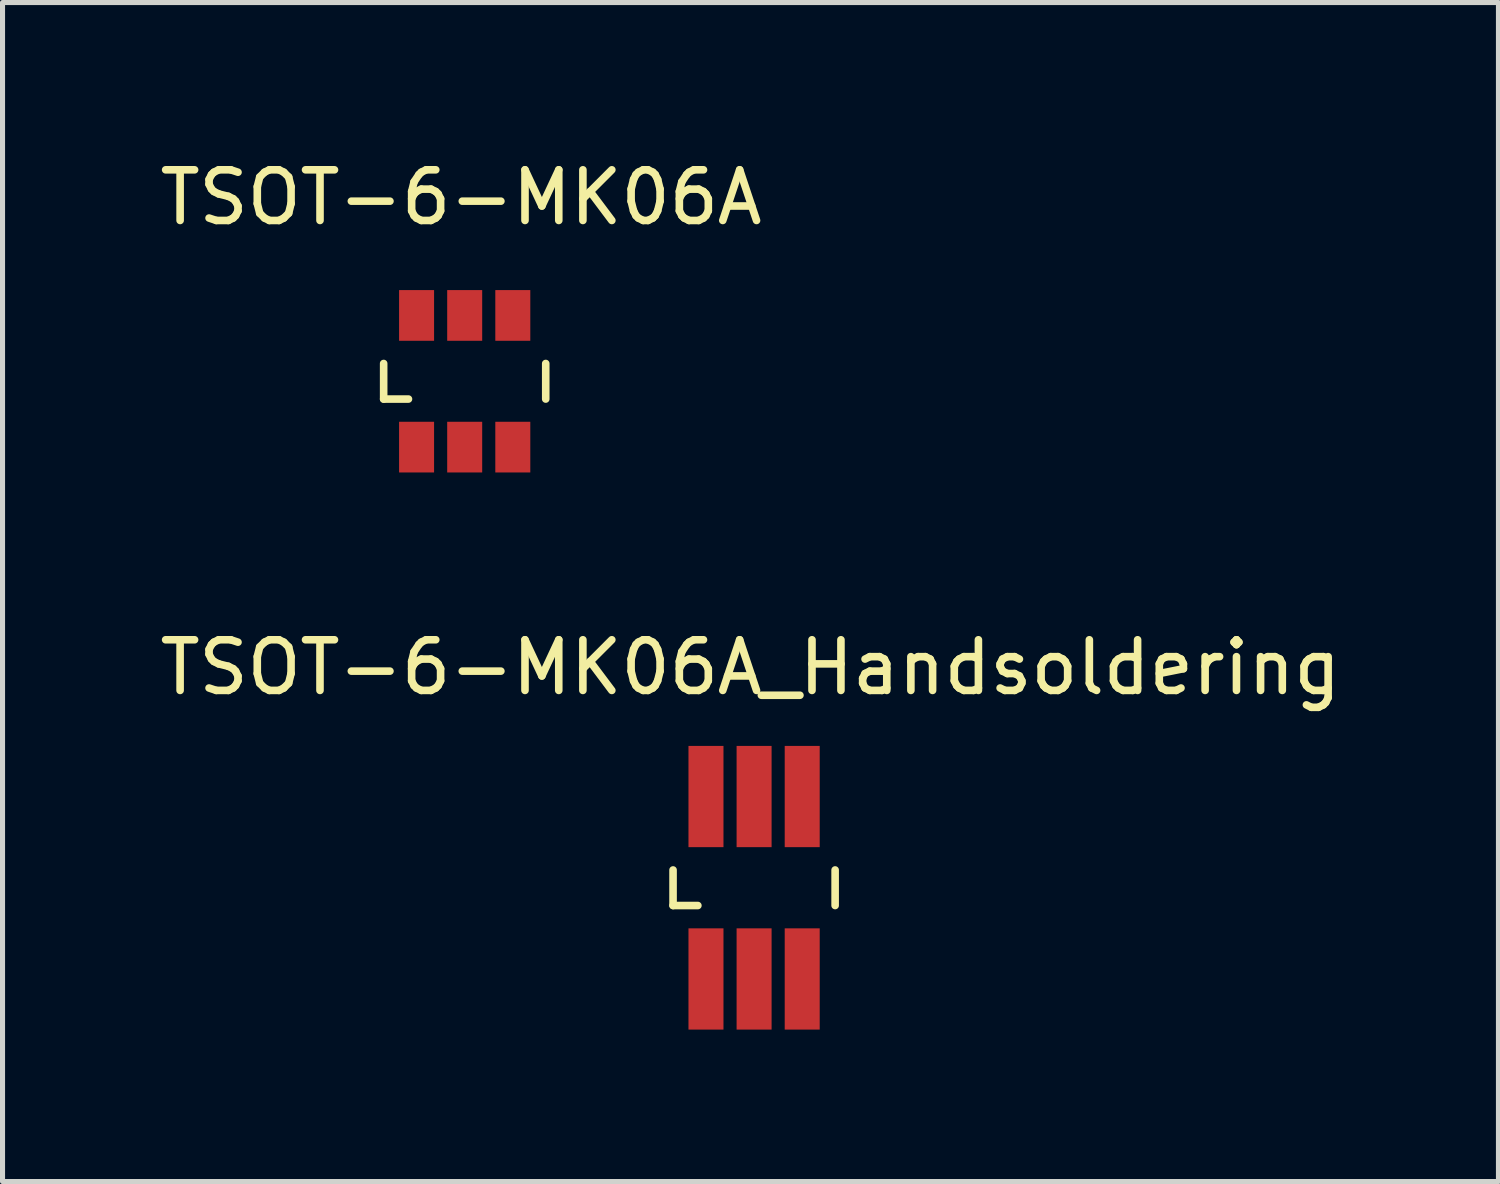
<source format=kicad_pcb>
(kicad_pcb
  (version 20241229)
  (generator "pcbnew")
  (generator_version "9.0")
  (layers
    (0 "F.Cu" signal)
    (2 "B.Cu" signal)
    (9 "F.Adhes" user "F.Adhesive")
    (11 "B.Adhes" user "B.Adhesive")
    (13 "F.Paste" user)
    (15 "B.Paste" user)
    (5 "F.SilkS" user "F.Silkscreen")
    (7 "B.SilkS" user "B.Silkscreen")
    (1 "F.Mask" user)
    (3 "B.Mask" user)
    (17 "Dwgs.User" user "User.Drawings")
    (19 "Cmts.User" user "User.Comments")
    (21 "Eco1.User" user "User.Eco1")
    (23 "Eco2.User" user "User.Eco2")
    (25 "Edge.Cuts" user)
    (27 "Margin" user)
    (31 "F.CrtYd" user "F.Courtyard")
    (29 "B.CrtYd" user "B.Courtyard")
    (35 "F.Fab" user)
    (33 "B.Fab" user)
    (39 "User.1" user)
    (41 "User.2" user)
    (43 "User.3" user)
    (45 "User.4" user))
  (footprint "TSOT-6-MK06A_Handsoldering"
    (layer "F.Cu")
    (at 11.839 14.478)
    (property "Reference" "TSOT-6-MK06A_Handsoldering" (at -0.071 -4.351 0) (layer "F.SilkS") (effects (font (size 1 1) (thickness 0.15))))
    (attr smd)
    (fp_line (start -1.6 -0.351) (end -1.6 0.351) (stroke (width 0.15) (type solid)) (layer "F.SilkS"))
    (fp_line (start -1.6 0.351) (end -1.11 0.351) (stroke (width 0.15) (type solid)) (layer "F.SilkS"))
    (fp_line (start 1.6 -0.351) (end 1.6 0.351) (stroke (width 0.15) (type solid)) (layer "F.SilkS"))
    (pad "1" smd rect (at -0.95 1.801) (size 0.691 1.999) (layers "F.Cu" "F.Mask" "F.Paste"))
    (pad "2" smd rect (at 0 1.801) (size 0.691 1.999) (layers "F.Cu" "F.Mask" "F.Paste"))
    (pad "3" smd rect (at 0.95 1.801) (size 0.691 1.999) (layers "F.Cu" "F.Mask" "F.Paste"))
    (pad "4" smd rect (at 0.95 -1.801) (size 0.691 1.999) (layers "F.Cu" "F.Mask" "F.Paste"))
    (pad "5" smd rect (at 0 -1.801) (size 0.691 1.999) (layers "F.Cu" "F.Mask" "F.Paste"))
    (pad "6" smd rect (at -0.95 -1.801) (size 0.691 1.999) (layers "F.Cu" "F.Mask" "F.Paste")))
  (footprint "TSOT-6-MK06A"
    (layer "F.Cu")
    (at 6.125 4.478)
    (property "Reference" "TSOT-6-MK06A" (at -0.071 -3.63 0) (layer "F.SilkS") (effects (font (size 1 1) (thickness 0.15))))
    (attr smd)
    (fp_line (start -1.6 -0.351) (end -1.6 0.351) (stroke (width 0.15) (type solid)) (layer "F.SilkS"))
    (fp_line (start -1.6 0.351) (end -1.11 0.351) (stroke (width 0.15) (type solid)) (layer "F.SilkS"))
    (fp_line (start 1.6 -0.351) (end 1.6 0.351) (stroke (width 0.15) (type solid)) (layer "F.SilkS"))
    (pad "1" smd rect (at -0.95 1.3) (size 0.691 1.001) (layers "F.Cu" "F.Mask" "F.Paste"))
    (pad "2" smd rect (at 0 1.3) (size 0.691 1.001) (layers "F.Cu" "F.Mask" "F.Paste"))
    (pad "3" smd rect (at 0.95 1.3) (size 0.691 1.001) (layers "F.Cu" "F.Mask" "F.Paste"))
    (pad "4" smd rect (at 0.95 -1.3) (size 0.691 1.001) (layers "F.Cu" "F.Mask" "F.Paste"))
    (pad "5" smd rect (at 0 -1.3) (size 0.691 1.001) (layers "F.Cu" "F.Mask" "F.Paste"))
    (pad "6" smd rect (at -0.95 -1.3) (size 0.691 1.001) (layers "F.Cu" "F.Mask" "F.Paste")))
  (gr_rect
    (start -3 -3)
    (end 26.536 20.278)
    (stroke (width 0.1) (type default))
    (fill no)
    (layer "Edge.Cuts")))
</source>
